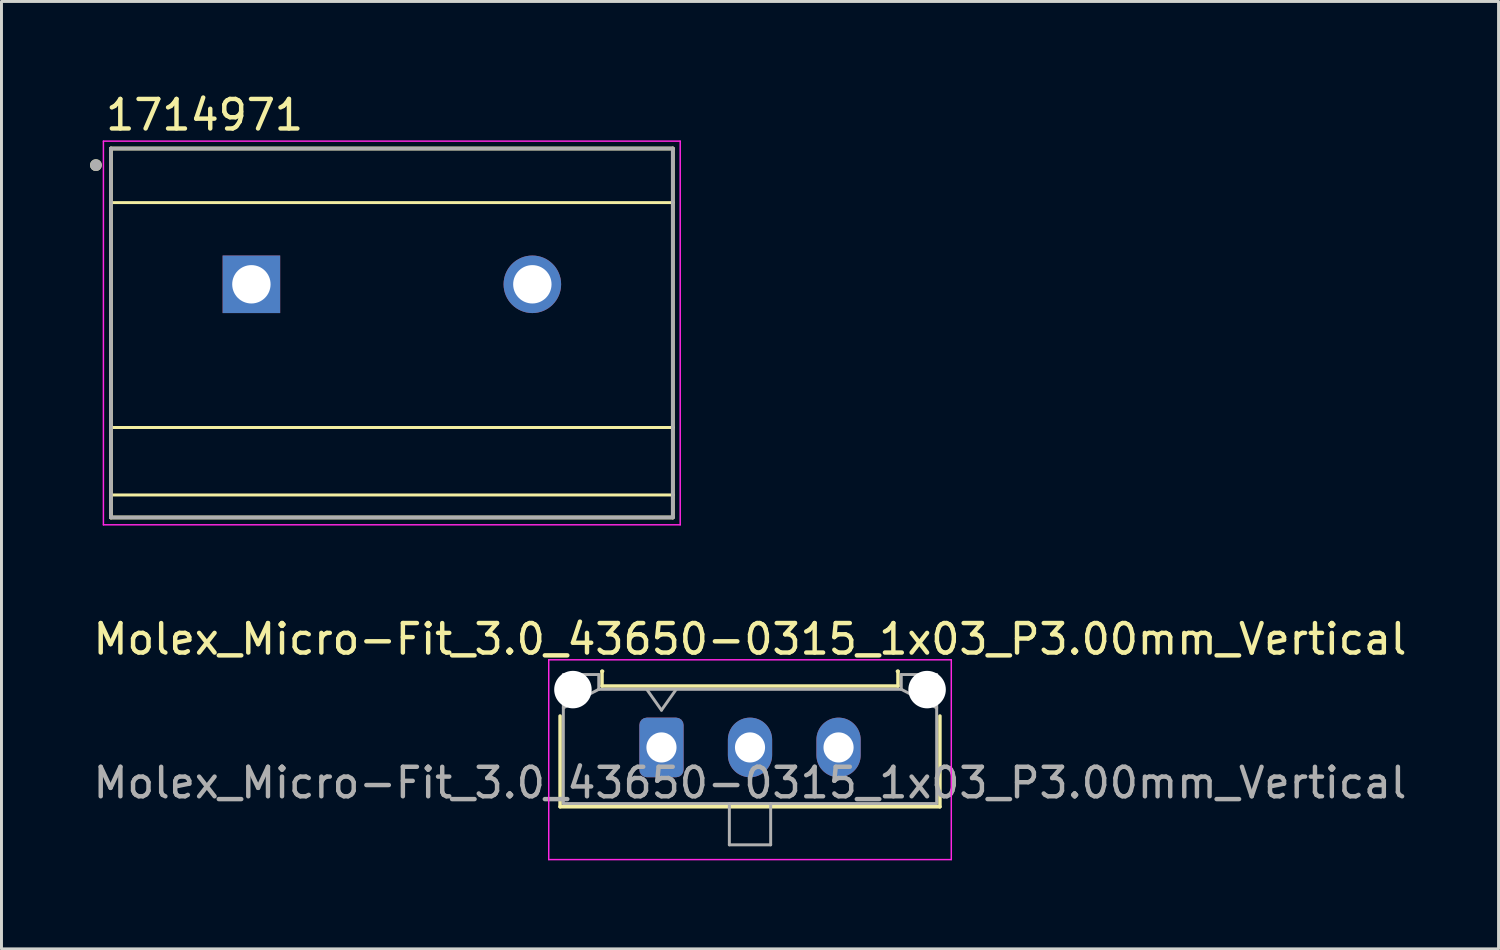
<source format=kicad_pcb>
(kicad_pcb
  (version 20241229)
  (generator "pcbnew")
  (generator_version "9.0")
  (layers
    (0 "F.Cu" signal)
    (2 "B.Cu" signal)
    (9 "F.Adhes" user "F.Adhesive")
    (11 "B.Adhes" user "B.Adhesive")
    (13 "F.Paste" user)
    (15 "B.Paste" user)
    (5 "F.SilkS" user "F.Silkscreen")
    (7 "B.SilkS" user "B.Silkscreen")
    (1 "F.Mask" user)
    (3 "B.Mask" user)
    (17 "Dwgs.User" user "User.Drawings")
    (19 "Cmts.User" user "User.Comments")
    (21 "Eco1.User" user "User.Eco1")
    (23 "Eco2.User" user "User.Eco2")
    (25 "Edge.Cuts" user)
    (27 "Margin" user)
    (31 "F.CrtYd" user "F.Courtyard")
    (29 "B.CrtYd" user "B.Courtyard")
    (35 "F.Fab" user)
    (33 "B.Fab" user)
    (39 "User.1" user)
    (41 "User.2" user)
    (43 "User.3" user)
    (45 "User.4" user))
  (footprint "Molex_Micro-Fit_3.0_43650-0315_1x03_P3.00mm_Vertical"
    (layer "F.Cu")
    (at 19.363 22.276)
    (property "Reference" "Molex_Micro-Fit_3.0_43650-0315_1x03_P3.00mm_Vertical" (at 3 -3.67 0) (layer "F.SilkS") (effects (font (size 1 1) (thickness 0.15))))
    (attr through_hole)
    (fp_line (start -3.435 -1.065) (end -3.435 2.01) (stroke (width 0.12) (type solid)) (layer "F.SilkS"))
    (fp_line (start -3.435 2.01) (end 9.435 2.01) (stroke (width 0.12) (type solid)) (layer "F.SilkS"))
    (fp_line (start -2.015 -2.58) (end -2.015 -2.08) (stroke (width 0.12) (type solid)) (layer "F.SilkS"))
    (fp_line (start -2.015 -2.08) (end 8.015 -2.08) (stroke (width 0.12) (type solid)) (layer "F.SilkS"))
    (fp_line (start -1.995 -2.58) (end -2.015 -2.58) (stroke (width 0.12) (type solid)) (layer "F.SilkS"))
    (fp_line (start 8.015 -2.58) (end 7.995 -2.58) (stroke (width 0.12) (type solid)) (layer "F.SilkS"))
    (fp_line (start 8.015 -2.08) (end 8.015 -2.58) (stroke (width 0.12) (type solid)) (layer "F.SilkS"))
    (fp_line (start 9.435 2.01) (end 9.435 -1.065) (stroke (width 0.12) (type solid)) (layer "F.SilkS"))
    (fp_line (start -3.82 -2.97) (end 9.82 -2.97) (stroke (width 0.05) (type solid)) (layer "F.CrtYd"))
    (fp_line (start -3.82 3.8) (end -3.82 -2.97) (stroke (width 0.05) (type solid)) (layer "F.CrtYd"))
    (fp_line (start 9.82 -2.97) (end 9.82 3.8) (stroke (width 0.05) (type solid)) (layer "F.CrtYd"))
    (fp_line (start 9.82 3.8) (end -3.82 3.8) (stroke (width 0.05) (type solid)) (layer "F.CrtYd"))
    (fp_line (start -3.325 -2.47) (end -3.325 1.9) (stroke (width 0.1) (type solid)) (layer "F.Fab"))
    (fp_line (start -3.325 -1.34) (end -2.125 -1.97) (stroke (width 0.1) (type solid)) (layer "F.Fab"))
    (fp_line (start -3.325 1.9) (end 9.325 1.9) (stroke (width 0.1) (type solid)) (layer "F.Fab"))
    (fp_line (start -2.125 -2.47) (end -3.325 -2.47) (stroke (width 0.1) (type solid)) (layer "F.Fab"))
    (fp_line (start -2.125 -1.97) (end -2.125 -2.47) (stroke (width 0.1) (type solid)) (layer "F.Fab"))
    (fp_line (start -0.5 -1.97) (end 0 -1.263) (stroke (width 0.1) (type solid)) (layer "F.Fab"))
    (fp_line (start 0 -1.263) (end 0.5 -1.97) (stroke (width 0.1) (type solid)) (layer "F.Fab"))
    (fp_line (start 2.3 1.9) (end 2.3 3.3) (stroke (width 0.1) (type solid)) (layer "F.Fab"))
    (fp_line (start 2.3 3.3) (end 3.7 3.3) (stroke (width 0.1) (type solid)) (layer "F.Fab"))
    (fp_line (start 3.7 3.3) (end 3.7 1.9) (stroke (width 0.1) (type solid)) (layer "F.Fab"))
    (fp_line (start 8.125 -2.47) (end 8.125 -1.97) (stroke (width 0.1) (type solid)) (layer "F.Fab"))
    (fp_line (start 8.125 -1.97) (end -2.125 -1.97) (stroke (width 0.1) (type solid)) (layer "F.Fab"))
    (fp_line (start 9.325 -2.47) (end 8.125 -2.47) (stroke (width 0.1) (type solid)) (layer "F.Fab"))
    (fp_line (start 9.325 -1.34) (end 8.125 -1.97) (stroke (width 0.1) (type solid)) (layer "F.Fab"))
    (fp_line (start 9.325 1.9) (end 9.325 -2.47) (stroke (width 0.1) (type solid)) (layer "F.Fab"))
    (fp_text user "${REFERENCE}" (at 3 1.2 0) (layer "F.Fab") (effects (font (size 1 1) (thickness 0.15))))
    (pad "" np_thru_hole circle (at -3 -1.96) (size 1.27 1.27) (drill 1.27) (layers "*.Cu" "*.Mask"))
    (pad "" np_thru_hole circle (at 9 -1.96) (size 1.27 1.27) (drill 1.27) (layers "*.Cu" "*.Mask"))
    (pad "1" thru_hole roundrect (at 0 0) (size 1.5 2.02) (drill 1.02) (layers "*.Cu" "*.Mask") (roundrect_rratio 0.167))
    (pad "2" thru_hole oval (at 3 0) (size 1.5 2.02) (drill 1.02) (layers "*.Cu" "*.Mask"))
    (pad "3" thru_hole oval (at 6 0) (size 1.5 2.02) (drill 1.02) (layers "*.Cu" "*.Mask")))
  (footprint "1714971"
    (layer "F.Cu")
    (at 0.708 14.483)
    (property "Reference" "1714971" (at 3.175 -13.635 0) (layer "F.SilkS") (effects (font (size 1 1) (thickness 0.15))))
    (attr through_hole)
    (fp_line (start 0 -12.5) (end 0 0) (stroke (width 0.127) (type solid)) (layer "F.SilkS"))
    (fp_line (start 0 -10.668) (end 19.05 -10.668) (stroke (width 0.1) (type default)) (layer "F.SilkS"))
    (fp_line (start 0 -3.048) (end 19.05 -3.048) (stroke (width 0.1) (type default)) (layer "F.SilkS"))
    (fp_line (start 0 0) (end 19.04 0) (stroke (width 0.127) (type solid)) (layer "F.SilkS"))
    (fp_line (start 19.04 -12.5) (end 0 -12.5) (stroke (width 0.127) (type solid)) (layer "F.SilkS"))
    (fp_line (start 19.04 0) (end 19.04 -12.5) (stroke (width 0.127) (type solid)) (layer "F.SilkS"))
    (fp_line (start 19.05 -0.762) (end 0 -0.762) (stroke (width 0.1) (type default)) (layer "F.SilkS"))
    (fp_circle (center -0.508 -11.938) (end -0.408 -11.938) (stroke (width 0.2) (type solid)) (fill no) (layer "F.SilkS"))
    (fp_line (start -0.254 -12.75) (end -0.254 0.25) (stroke (width 0.05) (type solid)) (layer "F.CrtYd"))
    (fp_line (start -0.254 0.25) (end 19.29 0.25) (stroke (width 0.05) (type solid)) (layer "F.CrtYd"))
    (fp_line (start 19.29 -12.75) (end -0.254 -12.75) (stroke (width 0.05) (type solid)) (layer "F.CrtYd"))
    (fp_line (start 19.29 0.25) (end 19.29 -12.75) (stroke (width 0.05) (type solid)) (layer "F.CrtYd"))
    (fp_line (start 0 -12.5) (end 0 0) (stroke (width 0.127) (type solid)) (layer "F.Fab"))
    (fp_line (start 0 0) (end 19.04 0) (stroke (width 0.127) (type solid)) (layer "F.Fab"))
    (fp_line (start 19.04 -12.5) (end 0 -12.5) (stroke (width 0.127) (type solid)) (layer "F.Fab"))
    (fp_line (start 19.04 0) (end 19.04 -12.5) (stroke (width 0.127) (type solid)) (layer "F.Fab"))
    (fp_circle (center -0.508 -11.938) (end -0.408 -11.938) (stroke (width 0.2) (type solid)) (fill no) (layer "F.Fab"))
    (pad "1" thru_hole rect (at 4.76 -7.9) (size 1.95 1.95) (drill 1.3) (layers "*.Cu" "*.Mask"))
    (pad "2" thru_hole circle (at 14.28 -7.9) (size 1.95 1.95) (drill 1.3) (layers "*.Cu" "*.Mask")))
  (gr_rect
    (start -3 -3)
    (end 47.726 29.102)
    (stroke (width 0.1) (type default))
    (fill no)
    (layer "Edge.Cuts")))
</source>
